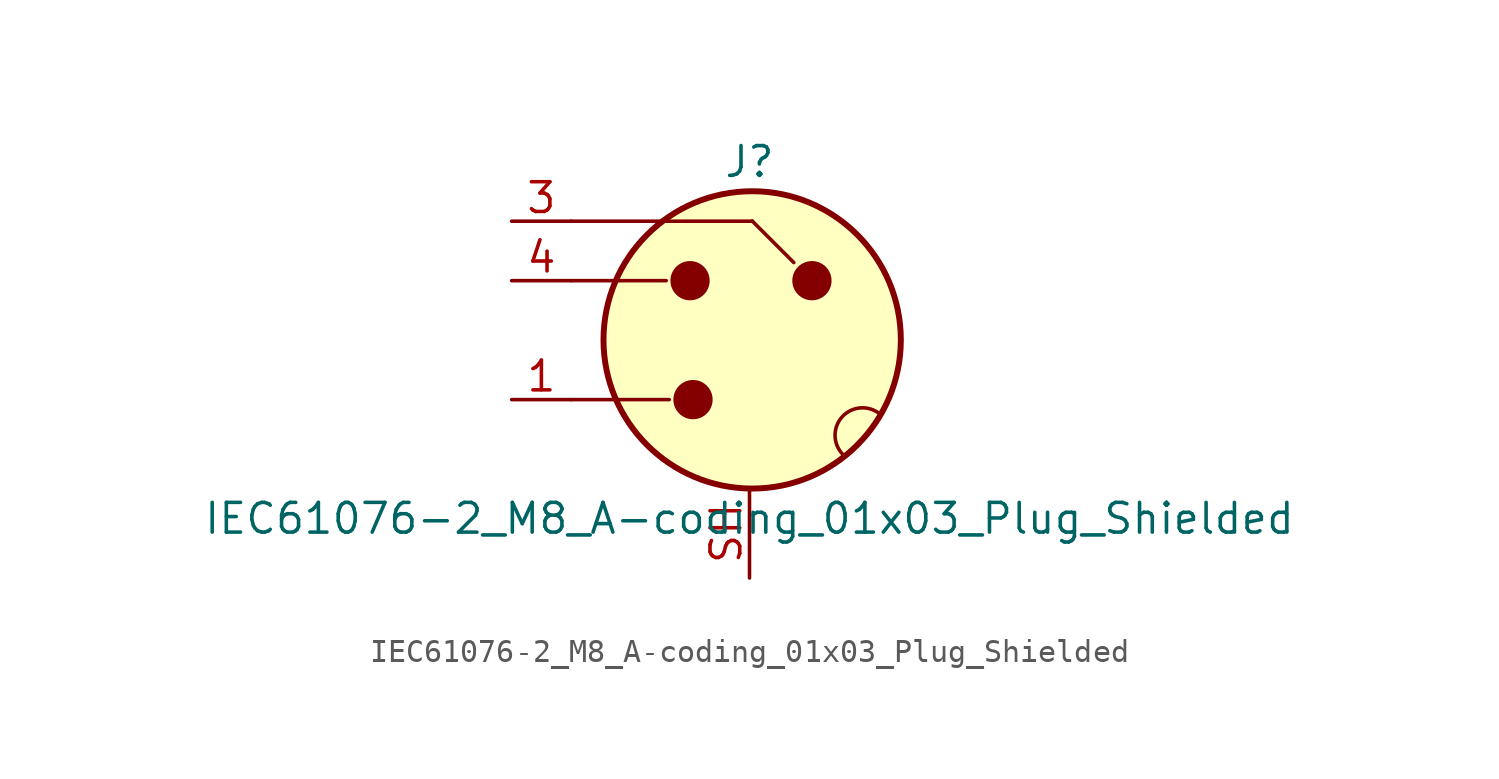
<source format=kicad_sym>
(kicad_symbol_lib
  (version 20241209)
  (generator "kicad_symbol_editor")
  (generator_version "9.0")
  (symbol "IEC61076-2_M8_A-coding_01x03_Plug_Shielded"
    (property "Reference" "J"
      (at 0 7.62 0)
      (effects (font (size 1.27 1.27))))
    (property "Value" "IEC61076-2_M8_A-coding_01x03_Plug_Shielded"
      (at 0 -7.62 0)
      (effects (font (size 1.27 1.27))))
    (symbol "IEC61076-2_M8_A-coding_01x03_Plug_Shielded_0_1"
      (polyline (pts (xy -7.62 -2.54) (xy -3.429 -2.54)) (stroke (width 0) (type default)) (fill (type none)))
      (polyline (pts (xy -3.556 2.54) (xy -7.62 2.54)) (stroke (width 0) (type default)) (fill (type none)))
      (circle (center -2.54 2.54) (radius 0.762) (stroke (width 0) (type default)) (fill (type outline)))
      (circle (center -2.413 -2.54) (radius 0.762) (stroke (width 0) (type default)) (fill (type outline)))
      (polyline (pts (xy 0.114 5.091) (xy 1.892 3.313)) (stroke (width 0) (type default)) (fill (type none)))
      (circle (center 0.114 0.011) (radius 6.35) (stroke (width 0.254) (type default)) (fill (type background)))
      (polyline (pts (xy 0.127 5.08) (xy -7.62 5.08)) (stroke (width 0) (type default)) (fill (type none)))
      (circle (center 2.667 2.54) (radius 0.762) (stroke (width 0) (type default)) (fill (type outline)))
      (arc (start 4.0514 -4.9422) (mid 3.9369 -3.3019) (end 5.5754 -3.1642) (stroke (width 0) (type default)) (fill (type none))))
    (symbol "IEC61076-2_M8_A-coding_01x03_Plug_Shielded_1_1"
      (pin passive line (at -10.16 5.08 0) (length 2.54) (name "~" (effects (font (size 1.27 1.27)))) (number "3" (effects (font (size 1.27 1.27)))))
      (pin passive line (at -10.16 2.54 0) (length 2.54) (name "~" (effects (font (size 1.27 1.27)))) (number "4" (effects (font (size 1.27 1.27)))))
      (pin passive line (at -10.16 -2.54 0) (length 2.54) (name "~" (effects (font (size 1.27 1.27)))) (number "1" (effects (font (size 1.27 1.27)))))
      (pin passive line (at 0 -10.16 90) (length 3.81) (name "~" (effects (font (size 1.27 1.27)))) (number "SH" (effects (font (size 1.27 1.27))))))))
</source>
